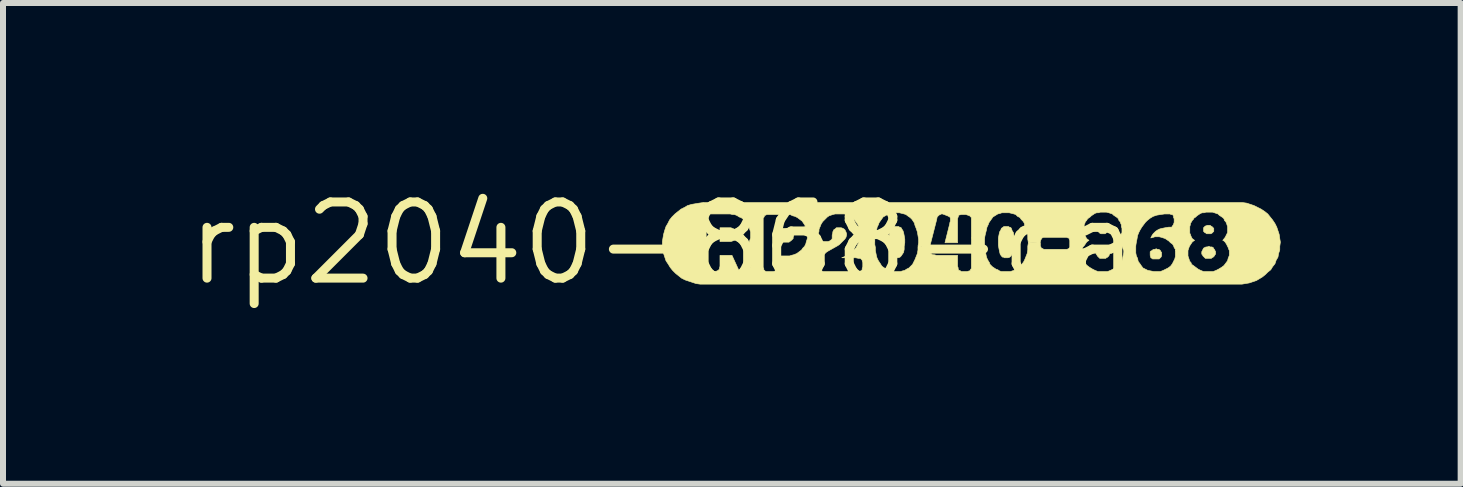
<source format=kicad_pcb>
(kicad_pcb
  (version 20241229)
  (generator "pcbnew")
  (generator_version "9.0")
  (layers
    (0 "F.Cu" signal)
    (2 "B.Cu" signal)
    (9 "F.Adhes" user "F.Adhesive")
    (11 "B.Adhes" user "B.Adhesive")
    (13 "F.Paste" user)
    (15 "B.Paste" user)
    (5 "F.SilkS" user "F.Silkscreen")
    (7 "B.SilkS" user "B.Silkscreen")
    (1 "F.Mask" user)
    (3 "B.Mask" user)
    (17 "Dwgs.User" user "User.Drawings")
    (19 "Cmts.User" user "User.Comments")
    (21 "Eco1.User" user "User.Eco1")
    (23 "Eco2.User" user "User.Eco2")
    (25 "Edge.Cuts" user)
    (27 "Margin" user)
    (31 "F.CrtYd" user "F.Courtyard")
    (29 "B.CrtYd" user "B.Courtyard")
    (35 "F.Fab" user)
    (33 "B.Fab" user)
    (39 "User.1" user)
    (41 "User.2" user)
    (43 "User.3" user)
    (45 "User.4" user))
  (footprint "rp2040-868-ca"
    (layer "F.Cu")
    (at 7.99 1.006)
    (property "Reference" "rp2040-868-ca" (at 0 0 0) (layer "F.SilkS") (effects (font (size 1.27 1.27) (thickness 0.15))))
    (attr board_only exclude_from_pos_files exclude_from_bom)
    (fp_poly (pts (xy 2.11 -0.02) (xy 2.15 -0.05) (xy 2.16 -0.06) (xy 2.18 -0.08) (xy 2.18 -0.1) (xy 2.19 -0.13) (xy 2.19 -0.16) (xy 2.18 -0.19) (xy 2.16 -0.21) (xy 2.15 -0.22) (xy 2.13 -0.24) (xy 2.11 -0.24) (xy 2.09 -0.25) (xy 2.07 -0.25) (xy 1.91 -0.25) (xy 1.91 -0.02) (xy 2.11 -0.02)) (stroke (width 0.01) (type solid)) (fill yes) (layer "F.SilkS"))
    (fp_poly (pts (xy 0.96 -0.03) (xy 1.14 -0.03) (xy 1.17 -0.04) (xy 1.2 -0.05) (xy 1.21 -0.06) (xy 1.23 -0.08) (xy 1.23 -0.1) (xy 1.24 -0.12) (xy 1.24 -0.14) (xy 1.24 -0.17) (xy 1.23 -0.19) (xy 1.22 -0.21) (xy 1.21 -0.22) (xy 1.19 -0.24) (xy 1.17 -0.25) (xy 1.14 -0.26) (xy 1.13 -0.26) (xy 0.96 -0.26) (xy 0.96 -0.03)) (stroke (width 0.01) (type solid)) (fill yes) (layer "F.SilkS"))
    (fp_poly (pts (xy 7.43 -0.25) (xy 7.4 -0.28) (xy 7.38 -0.29) (xy 7.37 -0.3) (xy 7.35 -0.3) (xy 7.32 -0.3) (xy 7.3 -0.29) (xy 7.29 -0.29) (xy 7.28 -0.28) (xy 7.27 -0.27) (xy 7.26 -0.26) (xy 7.26 -0.24) (xy 7.25 -0.23) (xy 7.26 -0.22) (xy 7.26 -0.2) (xy 7.27 -0.19) (xy 7.28 -0.18) (xy 7.29 -0.17) (xy 7.31 -0.16) (xy 7.33 -0.16) (xy 7.35 -0.16) (xy 7.36 -0.16) (xy 7.38 -0.16) (xy 7.39 -0.17) (xy 7.41 -0.18) (xy 7.42 -0.19) (xy 7.43 -0.2) (xy 7.43 -0.22) (xy 7.43 -0.25)) (stroke (width 0.01) (type solid)) (fill yes) (layer "F.SilkS"))
    (fp_poly (pts (xy 9.19 -0.25) (xy 9.16 -0.28) (xy 9.14 -0.29) (xy 9.13 -0.3) (xy 9.11 -0.3) (xy 9.08 -0.3) (xy 9.06 -0.29) (xy 9.05 -0.29) (xy 9.04 -0.28) (xy 9.03 -0.27) (xy 9.02 -0.26) (xy 9.02 -0.24) (xy 9.02 -0.23) (xy 9.02 -0.22) (xy 9.02 -0.2) (xy 9.03 -0.19) (xy 9.04 -0.18) (xy 9.06 -0.17) (xy 9.07 -0.16) (xy 9.09 -0.16) (xy 9.11 -0.16) (xy 9.12 -0.16) (xy 9.14 -0.16) (xy 9.16 -0.17) (xy 9.17 -0.18) (xy 9.18 -0.19) (xy 9.19 -0.2) (xy 9.19 -0.22) (xy 9.19 -0.25)) (stroke (width 0.01) (type solid)) (fill yes) (layer "F.SilkS"))
    (fp_poly (pts (xy 7.29 0.25) (xy 7.36 0.25) (xy 7.39 0.25) (xy 7.4 0.24) (xy 7.42 0.23) (xy 7.43 0.22) (xy 7.44 0.21) (xy 7.45 0.19) (xy 7.45 0.18) (xy 7.46 0.16) (xy 7.46 0.14) (xy 7.45 0.12) (xy 7.44 0.1) (xy 7.43 0.09) (xy 7.42 0.07) (xy 7.4 0.06) (xy 7.37 0.06) (xy 7.35 0.05) (xy 7.32 0.06) (xy 7.3 0.06) (xy 7.28 0.07) (xy 7.26 0.08) (xy 7.24 0.1) (xy 7.23 0.12) (xy 7.23 0.14) (xy 7.23 0.16) (xy 7.23 0.18) (xy 7.24 0.19) (xy 7.25 0.21) (xy 7.29 0.25)) (stroke (width 0.01) (type solid)) (fill yes) (layer "F.SilkS"))
    (fp_poly (pts (xy 9.05 0.25) (xy 9.12 0.25) (xy 9.15 0.25) (xy 9.16 0.24) (xy 9.18 0.23) (xy 9.19 0.22) (xy 9.2 0.21) (xy 9.21 0.19) (xy 9.22 0.18) (xy 9.22 0.16) (xy 9.22 0.14) (xy 9.21 0.12) (xy 9.2 0.1) (xy 9.19 0.09) (xy 9.18 0.07) (xy 9.16 0.06) (xy 9.13 0.06) (xy 9.11 0.05) (xy 9.08 0.06) (xy 9.06 0.06) (xy 9.04 0.07) (xy 9.02 0.08) (xy 9.01 0.1) (xy 9 0.12) (xy 8.99 0.14) (xy 8.99 0.16) (xy 8.99 0.18) (xy 9 0.19) (xy 9.01 0.21) (xy 9.05 0.25)) (stroke (width 0.01) (type solid)) (fill yes) (layer "F.SilkS"))
    (fp_poly (pts (xy 8.22 0.26) (xy 8.24 0.26) (xy 8.26 0.26) (xy 8.28 0.26) (xy 8.29 0.25) (xy 8.3 0.24) (xy 8.31 0.23) (xy 8.32 0.21) (xy 8.32 0.2) (xy 8.32 0.18) (xy 8.32 0.17) (xy 8.32 0.15) (xy 8.31 0.14) (xy 8.3 0.12) (xy 8.29 0.11) (xy 8.27 0.1) (xy 8.25 0.1) (xy 8.23 0.09) (xy 8.21 0.1) (xy 8.19 0.1) (xy 8.17 0.11) (xy 8.16 0.12) (xy 8.14 0.13) (xy 8.13 0.14) (xy 8.13 0.16) (xy 8.13 0.18) (xy 8.13 0.2) (xy 8.14 0.23) (xy 8.14 0.24) (xy 8.16 0.25) (xy 8.17 0.26) (xy 8.2 0.26) (xy 8.22 0.26)) (stroke (width 0.01) (type solid)) (fill yes) (layer "F.SilkS"))
    (fp_poly (pts (xy 3.9 0.24) (xy 3.93 0.24) (xy 3.96 0.23) (xy 3.98 0.21) (xy 4 0.18) (xy 4.02 0.15) (xy 4.03 0.1) (xy 4.03 0.05) (xy 4.04 -0.01) (xy 4.04 -0.07) (xy 4.03 -0.13) (xy 4.02 -0.18) (xy 4.01 -0.21) (xy 3.99 -0.24) (xy 3.98 -0.26) (xy 3.96 -0.27) (xy 3.95 -0.27) (xy 3.94 -0.28) (xy 3.92 -0.28) (xy 3.91 -0.28) (xy 3.88 -0.28) (xy 3.86 -0.28) (xy 3.85 -0.27) (xy 3.83 -0.25) (xy 3.81 -0.22) (xy 3.79 -0.19) (xy 3.78 -0.14) (xy 3.78 -0.09) (xy 3.77 -0.03) (xy 3.77 0.03) (xy 3.78 0.09) (xy 3.79 0.14) (xy 3.8 0.18) (xy 3.82 0.21) (xy 3.83 0.22) (xy 3.84 0.23) (xy 3.86 0.23) (xy 3.87 0.24) (xy 3.89 0.24) (xy 3.9 0.24)) (stroke (width 0.01) (type solid)) (fill yes) (layer "F.SilkS"))
    (fp_poly (pts (xy 5.73 0.24) (xy 5.76 0.24) (xy 5.79 0.23) (xy 5.81 0.21) (xy 5.83 0.18) (xy 5.85 0.15) (xy 5.86 0.1) (xy 5.86 0.05) (xy 5.87 -0.01) (xy 5.86 -0.07) (xy 5.86 -0.13) (xy 5.85 -0.18) (xy 5.83 -0.21) (xy 5.82 -0.24) (xy 5.81 -0.26) (xy 5.79 -0.27) (xy 5.78 -0.27) (xy 5.77 -0.28) (xy 5.75 -0.28) (xy 5.73 -0.28) (xy 5.7 -0.28) (xy 5.69 -0.28) (xy 5.68 -0.27) (xy 5.65 -0.25) (xy 5.64 -0.22) (xy 5.62 -0.19) (xy 5.61 -0.14) (xy 5.6 -0.09) (xy 5.6 -0.03) (xy 5.6 0.03) (xy 5.61 0.09) (xy 5.62 0.14) (xy 5.63 0.18) (xy 5.65 0.21) (xy 5.66 0.22) (xy 5.67 0.23) (xy 5.69 0.23) (xy 5.7 0.24) (xy 5.71 0.24) (xy 5.73 0.24)) (stroke (width 0.01) (type solid)) (fill yes) (layer "F.SilkS"))
    (fp_poly (pts (xy 0.68 -0.68) (xy 0.61 -0.67) (xy 0.55 -0.66) (xy 0.49 -0.65) (xy 0.42 -0.63) (xy 0.37 -0.6) (xy 0.31 -0.57) (xy 0.26 -0.53) (xy 0.21 -0.49) (xy 0.16 -0.44) (xy 0.12 -0.39) (xy 0.09 -0.33) (xy 0.06 -0.28) (xy 0.04 -0.22) (xy 0.02 -0.15) (xy 0.01 -0.09) (xy 0 -0.03) (xy 0 0.04) (xy 0.01 0.1) (xy 0.02 0.17) (xy 0.04 0.23) (xy 0.06 0.29) (xy 0.1 0.35) (xy 0.13 0.4) (xy 0.17 0.45) (xy 0.22 0.5) (xy 0.27 0.54) (xy 0.32 0.58) (xy 0.38 0.61) (xy 0.44 0.63) (xy 0.5 0.65) (xy 0.56 0.67) (xy 0.63 0.68) (xy 0.68 0.68) (xy 9.62 0.68) (xy 9.66 0.68) (xy 9.72 0.67) (xy 9.78 0.66) (xy 9.84 0.64) (xy 9.9 0.62) (xy 9.95 0.59) (xy 10 0.56) (xy 10.05 0.52) (xy 10.09 0.48) (xy 10.14 0.44) (xy 10.17 0.39) (xy 10.21 0.34) (xy 10.23 0.28) (xy 10.26 0.23) (xy 10.27 0.17) (xy 10.29 0.11) (xy 10.29 0.05) (xy 10.3 -0.02) (xy 10.29 -0.08) (xy 10.28 -0.15) (xy 10.26 -0.21) (xy 10.24 -0.27) (xy 10.21 -0.33) (xy 10.17 -0.39) (xy 10.13 -0.44) (xy 10.09 -0.49) (xy 10.04 -0.53) (xy 9.98 -0.57) (xy 9.92 -0.6) (xy 9.86 -0.63) (xy 9.8 -0.65) (xy 9.74 -0.67) (xy 9.67 -0.68) (xy 9.62 -0.68) (xy 0.68 -0.68) (xy 0.77 -0.48) (xy 0.78 -0.48) (xy 0.8 -0.49) (xy 0.83 -0.49) (xy 1.13 -0.49) (xy 1.17 -0.48) (xy 1.2 -0.48) (xy 1.23 -0.47) (xy 1.25 -0.46) (xy 1.28 -0.44) (xy 1.31 -0.43) (xy 1.34 -0.41) (xy 1.36 -0.39) (xy 1.39 -0.36) (xy 1.41 -0.34) (xy 1.42 -0.31) (xy 1.44 -0.28) (xy 1.45 -0.25) (xy 1.46 -0.22) (xy 1.47 -0.19) (xy 1.47 -0.16) (xy 1.47 -0.13) (xy 1.47 -0.09) (xy 1.46 -0.06) (xy 1.45 -0.03) (xy 1.44 0) (xy 1.43 0.03) (xy 1.41 0.05) (xy 1.39 0.08) (xy 1.37 0.1) (xy 1.41 0.19) (xy 1.46 0.3) (xy 1.47 0.34) (xy 1.48 0.37) (xy 1.68 0.37) (xy 1.68 -0.41) (xy 1.68 -0.42) (xy 1.69 -0.43) (xy 1.7 -0.45) (xy 1.7 -0.46) (xy 1.72 -0.47) (xy 1.74 -0.48) (xy 1.76 -0.48) (xy 1.79 -0.48) (xy 2.09 -0.48) (xy 2.13 -0.48) (xy 2.17 -0.46) (xy 2.21 -0.45) (xy 2.25 -0.43) (xy 2.29 -0.4) (xy 2.33 -0.37) (xy 2.35 -0.34) (xy 2.37 -0.31) (xy 2.42 -0.22) (xy 2.42 -0.1) (xy 2.6 -0.11) (xy 2.6 -0.14) (xy 2.6 -0.17) (xy 2.61 -0.2) (xy 2.61 -0.23) (xy 2.62 -0.26) (xy 2.63 -0.28) (xy 2.64 -0.31) (xy 2.67 -0.36) (xy 2.71 -0.4) (xy 2.73 -0.42) (xy 2.75 -0.44) (xy 2.78 -0.46) (xy 2.81 -0.47) (xy 2.84 -0.48) (xy 2.88 -0.49) (xy 2.91 -0.49) (xy 2.95 -0.49) (xy 2.99 -0.49) (xy 3.03 -0.49) (xy 3.06 -0.48) (xy 3.09 -0.47) (xy 3.12 -0.46) (xy 3.14 -0.44) (xy 3.17 -0.42) (xy 3.19 -0.4) (xy 3.21 -0.38) (xy 3.23 -0.35) (xy 3.26 -0.31) (xy 3.27 -0.27) (xy 3.29 -0.23) (xy 3.3 -0.18) (xy 3.3 -0.14) (xy 3.3 -0.09) (xy 3.55 -0.09) (xy 3.55 -0.14) (xy 3.56 -0.18) (xy 3.57 -0.22) (xy 3.58 -0.27) (xy 3.6 -0.31) (xy 3.61 -0.34) (xy 3.63 -0.37) (xy 3.68 -0.44) (xy 3.77 -0.49) (xy 3.8 -0.5) (xy 3.83 -0.51) (xy 3.87 -0.51) (xy 3.91 -0.51) (xy 3.95 -0.51) (xy 3.99 -0.5) (xy 4.03 -0.49) (xy 4.06 -0.48) (xy 4.1 -0.45) (xy 4.13 -0.43) (xy 4.16 -0.4) (xy 4.18 -0.37) (xy 4.2 -0.34) (xy 4.21 -0.3) (xy 4.23 -0.25) (xy 4.25 -0.19) (xy 4.26 -0.13) (xy 4.27 -0.07) (xy 4.27 -0.01) (xy 4.26 0.05) (xy 4.46 0.04) (xy 4.57 -0.39) (xy 4.58 -0.44) (xy 4.59 -0.45) (xy 4.61 -0.47) (xy 4.63 -0.48) (xy 4.65 -0.49) (xy 4.67 -0.49) (xy 4.75 -0.46) (xy 4.77 -0.45) (xy 4.79 -0.44) (xy 4.8 -0.42) (xy 4.8 -0.41) (xy 4.8 -0.39) (xy 4.8 -0.37) (xy 4.79 -0.34) (xy 4.79 -0.33) (xy 4.71 -0.01) (xy 4.92 -0.01) (xy 4.92 -0.41) (xy 4.93 -0.44) (xy 4.94 -0.47) (xy 4.98 -0.48) (xy 5.02 -0.48) (xy 5.06 -0.48) (xy 5.09 -0.47) (xy 5.12 -0.46) (xy 5.13 -0.45) (xy 5.15 -0.43) (xy 5.15 -0.4) (xy 5.15 -0.37) (xy 5.41 -0.27) (xy 5.43 -0.31) (xy 5.44 -0.34) (xy 5.46 -0.37) (xy 5.51 -0.44) (xy 5.59 -0.49) (xy 5.63 -0.5) (xy 5.66 -0.51) (xy 5.7 -0.51) (xy 5.74 -0.51) (xy 5.78 -0.51) (xy 5.82 -0.5) (xy 5.86 -0.49) (xy 5.89 -0.48) (xy 5.92 -0.45) (xy 5.96 -0.43) (xy 5.98 -0.4) (xy 6.01 -0.37) (xy 6.03 -0.34) (xy 6.04 -0.3) (xy 6.06 -0.25) (xy 6.08 -0.19) (xy 6.09 -0.13) (xy 6.09 -0.07) (xy 6.1 -0.01) (xy 6.3 -0.02) (xy 6.3 -0.04) (xy 6.31 -0.06) (xy 6.32 -0.08) (xy 6.33 -0.09) (xy 6.35 -0.1) (xy 6.38 -0.1) (xy 6.71 -0.1) (xy 6.74 -0.1) (xy 6.76 -0.09) (xy 6.77 -0.09) (xy 6.78 -0.08) (xy 6.78 -0.07) (xy 6.79 -0.05) (xy 6.79 -0.03) (xy 6.79 0.01) (xy 6.79 0.04) (xy 6.79 0.06) (xy 7 0.12) (xy 7 0.09) (xy 7.01 0.06) (xy 7.03 0.04) (xy 7.05 0.01) (xy 7.07 -0.02) (xy 7.08 -0.03) (xy 7.11 -0.05) (xy 7.07 -0.08) (xy 7.06 -0.1) (xy 7.05 -0.12) (xy 7.04 -0.15) (xy 7.03 -0.17) (xy 7.03 -0.2) (xy 7.02 -0.22) (xy 7.03 -0.25) (xy 7.03 -0.28) (xy 7.03 -0.31) (xy 7.04 -0.33) (xy 7.05 -0.36) (xy 7.07 -0.38) (xy 7.08 -0.4) (xy 7.1 -0.42) (xy 7.13 -0.44) (xy 7.15 -0.46) (xy 7.18 -0.48) (xy 7.21 -0.5) (xy 7.24 -0.51) (xy 7.27 -0.51) (xy 7.3 -0.52) (xy 7.34 -0.52) (xy 7.37 -0.52) (xy 7.4 -0.52) (xy 7.44 -0.51) (xy 7.47 -0.5) (xy 7.5 -0.49) (xy 7.52 -0.47) (xy 7.55 -0.45) (xy 7.58 -0.43) (xy 7.6 -0.41) (xy 7.61 -0.38) (xy 7.63 -0.36) (xy 7.64 -0.33) (xy 7.65 -0.31) (xy 7.65 -0.28) (xy 7.66 -0.25) (xy 7.66 -0.22) (xy 7.66 -0.2) (xy 7.66 -0.18) (xy 7.64 -0.14) (xy 7.62 -0.1) (xy 7.58 -0.05) (xy 7.6 -0.04) (xy 7.62 -0.02) (xy 7.64 0.01) (xy 7.66 0.05) (xy 7.67 0.07) (xy 7.68 0.1) (xy 7.69 0.12) (xy 7.89 0.1) (xy 7.89 0.04) (xy 7.9 -0.02) (xy 7.91 -0.07) (xy 7.92 -0.13) (xy 7.94 -0.18) (xy 7.96 -0.22) (xy 7.99 -0.27) (xy 8.02 -0.31) (xy 8.05 -0.35) (xy 8.08 -0.38) (xy 8.13 -0.42) (xy 8.18 -0.45) (xy 8.24 -0.47) (xy 8.3 -0.48) (xy 8.37 -0.49) (xy 8.41 -0.49) (xy 8.44 -0.49) (xy 8.46 -0.49) (xy 8.48 -0.48) (xy 8.5 -0.48) (xy 8.51 -0.47) (xy 8.52 -0.45) (xy 8.52 -0.43) (xy 8.53 -0.41) (xy 8.53 -0.37) (xy 8.53 -0.35) (xy 8.52 -0.32) (xy 8.51 -0.3) (xy 8.5 -0.29) (xy 8.49 -0.27) (xy 8.47 -0.27) (xy 8.44 -0.27) (xy 8.38 -0.26) (xy 8.33 -0.25) (xy 8.29 -0.24) (xy 8.25 -0.22) (xy 8.22 -0.2) (xy 8.2 -0.18) (xy 8.18 -0.16) (xy 8.16 -0.13) (xy 8.14 -0.09) (xy 8.18 -0.1) (xy 8.21 -0.11) (xy 8.24 -0.11) (xy 8.28 -0.11) (xy 8.32 -0.1) (xy 8.35 -0.09) (xy 8.38 -0.08) (xy 8.41 -0.06) (xy 8.44 -0.04) (xy 8.47 -0.01) (xy 8.5 0.01) (xy 8.52 0.04) (xy 8.53 0.07) (xy 8.55 0.1) (xy 8.55 0.14) (xy 8.55 0.17) (xy 8.76 0.18) (xy 8.76 0.14) (xy 8.76 0.12) (xy 8.77 0.09) (xy 8.78 0.06) (xy 8.79 0.04) (xy 8.81 0.01) (xy 8.83 -0.02) (xy 8.84 -0.03) (xy 8.87 -0.05) (xy 8.83 -0.08) (xy 8.82 -0.1) (xy 8.81 -0.12) (xy 8.8 -0.15) (xy 8.79 -0.17) (xy 8.79 -0.2) (xy 8.79 -0.22) (xy 8.79 -0.25) (xy 8.79 -0.28) (xy 8.8 -0.31) (xy 8.8 -0.33) (xy 8.82 -0.36) (xy 8.83 -0.38) (xy 8.85 -0.4) (xy 8.86 -0.42) (xy 8.89 -0.44) (xy 8.91 -0.46) (xy 8.94 -0.48) (xy 8.97 -0.5) (xy 9 -0.51) (xy 9.03 -0.51) (xy 9.06 -0.52) (xy 9.1 -0.52) (xy 9.13 -0.52) (xy 9.17 -0.52) (xy 9.2 -0.51) (xy 9.23 -0.5) (xy 9.26 -0.49) (xy 9.28 -0.47) (xy 9.31 -0.45) (xy 9.34 -0.43) (xy 9.36 -0.41) (xy 9.37 -0.38) (xy 9.39 -0.36) (xy 9.4 -0.34) (xy 9.41 -0.31) (xy 9.42 -0.28) (xy 9.42 -0.25) (xy 9.42 -0.22) (xy 9.42 -0.2) (xy 9.42 -0.18) (xy 9.4 -0.14) (xy 9.38 -0.1) (xy 9.34 -0.05) (xy 9.36 -0.04) (xy 9.38 -0.02) (xy 9.4 0.01) (xy 9.42 0.05) (xy 9.43 0.07) (xy 9.44 0.1) (xy 9.45 0.12) (xy 9.45 0.15) (xy 9.45 0.2) (xy 9.43 0.25) (xy 9.42 0.29) (xy 9.39 0.33) (xy 9.36 0.37) (xy 9.32 0.4) (xy 9.27 0.43) (xy 9.23 0.45) (xy 9.18 0.47) (xy 9.13 0.47) (xy 9.07 0.47) (xy 9.02 0.47) (xy 8.97 0.45) (xy 8.93 0.43) (xy 8.89 0.4) (xy 8.85 0.37) (xy 8.82 0.35) (xy 8.81 0.32) (xy 8.79 0.3) (xy 8.78 0.27) (xy 8.77 0.24) (xy 8.76 0.21) (xy 8.76 0.18) (xy 8.55 0.17) (xy 8.55 0.22) (xy 8.54 0.26) (xy 8.52 0.3) (xy 8.5 0.34) (xy 8.47 0.38) (xy 8.43 0.41) (xy 8.39 0.43) (xy 8.35 0.45) (xy 8.3 0.47) (xy 8.25 0.47) (xy 8.19 0.47) (xy 8.14 0.46) (xy 8.09 0.45) (xy 8.05 0.43) (xy 8.01 0.41) (xy 7.98 0.37) (xy 7.96 0.34) (xy 7.93 0.3) (xy 7.92 0.25) (xy 7.9 0.21) (xy 7.89 0.16) (xy 7.89 0.1) (xy 7.69 0.12) (xy 7.69 0.15) (xy 7.68 0.2) (xy 7.67 0.25) (xy 7.66 0.29) (xy 7.63 0.33) (xy 7.6 0.37) (xy 7.56 0.4) (xy 7.51 0.43) (xy 7.47 0.45) (xy 7.42 0.47) (xy 7.37 0.47) (xy 7.31 0.47) (xy 7.26 0.47) (xy 7.21 0.45) (xy 7.17 0.43) (xy 7.12 0.4) (xy 7.08 0.37) (xy 7.06 0.35) (xy 7.05 0.32) (xy 7.03 0.3) (xy 7.02 0.27) (xy 7.01 0.24) (xy 7 0.21) (xy 7 0.18) (xy 7 0.14) (xy 7 0.12) (xy 6.79 0.06) (xy 6.78 0.08) (xy 6.77 0.09) (xy 6.74 0.1) (xy 6.7 0.1) (xy 6.39 0.1) (xy 6.36 0.1) (xy 6.34 0.09) (xy 6.32 0.08) (xy 6.31 0.07) (xy 6.31 0.06) (xy 6.3 0.05) (xy 6.3 0.02) (xy 6.3 -0.01) (xy 6.1 -0.01) (xy 6.09 0.05) (xy 6.09 0.11) (xy 6.08 0.17) (xy 6.06 0.22) (xy 6.04 0.27) (xy 6.02 0.31) (xy 5.99 0.35) (xy 5.97 0.38) (xy 5.94 0.41) (xy 5.9 0.43) (xy 5.86 0.45) (xy 5.83 0.46) (xy 5.8 0.47) (xy 5.76 0.47) (xy 5.72 0.47) (xy 5.69 0.47) (xy 5.65 0.47) (xy 5.62 0.46) (xy 5.59 0.44) (xy 5.56 0.43) (xy 5.53 0.41) (xy 5.5 0.39) (xy 5.48 0.37) (xy 5.46 0.35) (xy 5.45 0.32) (xy 5.43 0.29) (xy 5.41 0.25) (xy 5.4 0.22) (xy 5.39 0.17) (xy 5.38 0.12) (xy 5.38 0.07) (xy 5.37 0.02) (xy 5.37 -0.04) (xy 5.37 -0.09) (xy 5.38 -0.14) (xy 5.39 -0.18) (xy 5.4 -0.22) (xy 5.41 -0.27) (xy 5.15 -0.37) (xy 5.15 0.38) (xy 5.15 0.42) (xy 5.14 0.43) (xy 5.13 0.45) (xy 5.12 0.46) (xy 5.11 0.46) (xy 5.08 0.47) (xy 5.06 0.47) (xy 5.03 0.47) (xy 5.01 0.47) (xy 4.98 0.47) (xy 4.97 0.46) (xy 4.95 0.45) (xy 4.94 0.45) (xy 4.93 0.43) (xy 4.93 0.41) (xy 4.92 0.38) (xy 4.92 0.2) (xy 4.57 0.2) (xy 4.53 0.19) (xy 4.5 0.19) (xy 4.49 0.18) (xy 4.48 0.17) (xy 4.47 0.17) (xy 4.47 0.16) (xy 4.46 0.13) (xy 4.46 0.1) (xy 4.46 0.04) (xy 4.26 0.06) (xy 4.26 0.11) (xy 4.25 0.17) (xy 4.23 0.22) (xy 4.21 0.27) (xy 4.19 0.31) (xy 4.17 0.35) (xy 4.14 0.38) (xy 4.11 0.41) (xy 4.07 0.43) (xy 4.04 0.45) (xy 4 0.46) (xy 3.97 0.47) (xy 3.93 0.47) (xy 3.9 0.47) (xy 3.86 0.47) (xy 3.82 0.47) (xy 3.79 0.46) (xy 3.76 0.44) (xy 3.73 0.43) (xy 3.7 0.41) (xy 3.67 0.39) (xy 3.65 0.37) (xy 3.64 0.35) (xy 3.62 0.32) (xy 3.6 0.29) (xy 3.58 0.25) (xy 3.57 0.22) (xy 3.56 0.17) (xy 3.55 0.12) (xy 3.55 0.07) (xy 3.54 0.02) (xy 3.54 -0.04) (xy 3.54 -0.09) (xy 3.3 -0.09) (xy 3.29 -0.05) (xy 3.27 -0.01) (xy 3.25 0.03) (xy 3.23 0.07) (xy 3.2 0.1) (xy 3.16 0.13) (xy 3.12 0.17) (xy 3.07 0.2) (xy 3.04 0.22) (xy 2.99 0.24) (xy 3.22 0.24) (xy 3.27 0.25) (xy 3.3 0.25) (xy 3.31 0.26) (xy 3.32 0.27) (xy 3.33 0.28) (xy 3.33 0.29) (xy 3.34 0.32) (xy 3.34 0.35) (xy 3.34 0.39) (xy 3.33 0.42) (xy 3.33 0.44) (xy 3.32 0.45) (xy 3.31 0.46) (xy 3.3 0.46) (xy 3.26 0.47) (xy 3.23 0.47) (xy 2.71 0.47) (xy 2.68 0.47) (xy 2.66 0.46) (xy 2.64 0.44) (xy 2.62 0.42) (xy 2.61 0.4) (xy 2.6 0.38) (xy 2.6 0.36) (xy 2.6 0.33) (xy 2.61 0.3) (xy 2.62 0.28) (xy 2.63 0.25) (xy 2.65 0.23) (xy 2.69 0.19) (xy 2.73 0.15) (xy 2.76 0.13) (xy 2.92 0.04) (xy 2.95 0.02) (xy 2.98 -0.01) (xy 3.01 -0.04) (xy 3.04 -0.07) (xy 3.06 -0.1) (xy 3.07 -0.14) (xy 3.07 -0.16) (xy 3.06 -0.19) (xy 3.05 -0.21) (xy 3.04 -0.23) (xy 3.01 -0.25) (xy 2.98 -0.26) (xy 2.95 -0.26) (xy 2.92 -0.26) (xy 2.9 -0.26) (xy 2.88 -0.24) (xy 2.86 -0.23) (xy 2.85 -0.21) (xy 2.84 -0.19) (xy 2.84 -0.17) (xy 2.83 -0.14) (xy 2.83 -0.11) (xy 2.83 -0.08) (xy 2.82 -0.06) (xy 2.8 -0.05) (xy 2.79 -0.04) (xy 2.76 -0.03) (xy 2.74 -0.03) (xy 2.7 -0.03) (xy 2.68 -0.03) (xy 2.65 -0.03) (xy 2.64 -0.04) (xy 2.62 -0.05) (xy 2.61 -0.06) (xy 2.61 -0.08) (xy 2.6 -0.1) (xy 2.42 -0.1) (xy 2.41 -0.06) (xy 2.4 -0.03) (xy 2.39 0.01) (xy 2.37 0.05) (xy 2.34 0.08) (xy 2.32 0.11) (xy 2.28 0.14) (xy 2.24 0.17) (xy 2.19 0.19) (xy 2.15 0.2) (xy 2.12 0.21) (xy 2.09 0.21) (xy 1.91 0.21) (xy 1.91 0.38) (xy 1.9 0.42) (xy 1.9 0.44) (xy 1.89 0.45) (xy 1.88 0.46) (xy 1.85 0.47) (xy 1.83 0.47) (xy 1.79 0.47) (xy 1.76 0.47) (xy 1.73 0.47) (xy 1.71 0.46) (xy 1.7 0.45) (xy 1.69 0.44) (xy 1.69 0.42) (xy 1.68 0.4) (xy 1.68 0.37) (xy 1.48 0.37) (xy 1.47 0.39) (xy 1.46 0.41) (xy 1.45 0.42) (xy 1.43 0.44) (xy 1.37 0.46) (xy 1.34 0.47) (xy 1.33 0.47) (xy 1.31 0.47) (xy 1.3 0.47) (xy 1.29 0.46) (xy 1.27 0.45) (xy 1.27 0.44) (xy 1.16 0.2) (xy 0.96 0.2) (xy 0.96 0.38) (xy 0.95 0.42) (xy 0.95 0.43) (xy 0.94 0.44) (xy 0.93 0.45) (xy 0.91 0.46) (xy 0.88 0.47) (xy 0.85 0.47) (xy 0.81 0.47) (xy 0.79 0.46) (xy 0.76 0.45) (xy 0.75 0.44) (xy 0.74 0.43) (xy 0.74 0.42) (xy 0.73 0.39) (xy 0.73 0.36) (xy 0.73 -0.42) (xy 0.73 -0.43) (xy 0.74 -0.44) (xy 0.75 -0.46) (xy 0.75 -0.47) (xy 0.77 -0.47) (xy 0.68 -0.68)) (stroke (width 0.01) (type solid)) (fill yes) (layer "F.SilkS")))
  (gr_rect
    (start -3 -3)
    (end 21.295 5.012)
    (stroke (width 0.1) (type default))
    (fill no)
    (layer "Edge.Cuts")))
</source>
